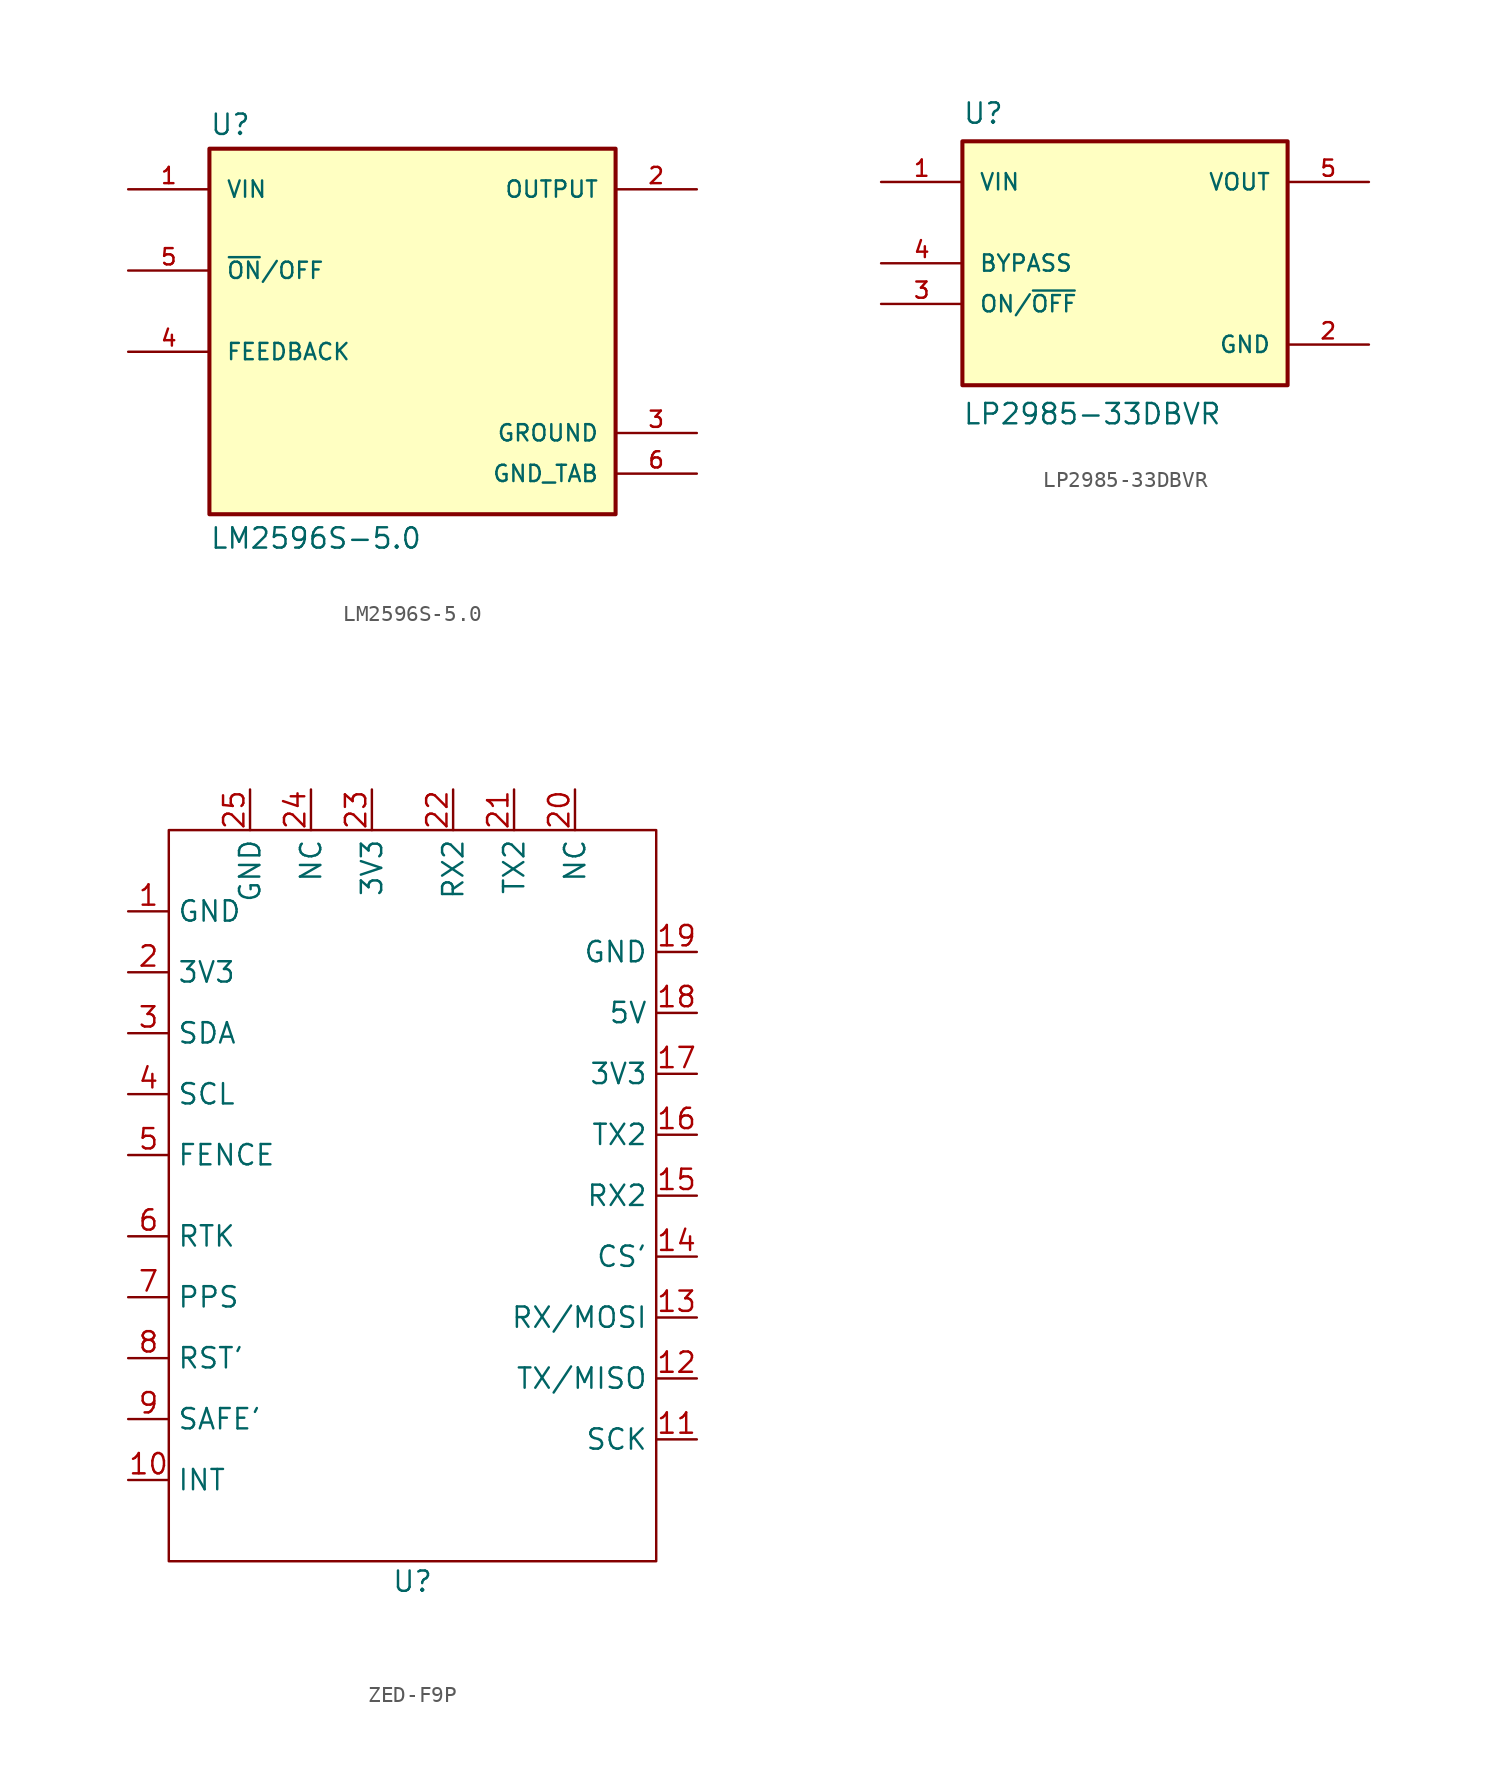
<source format=kicad_sym>
(kicad_symbol_lib
  (version 20241209)
  (generator "kicad_symbol_editor")
  (generator_version "9.0")
  (symbol "LM2596S-5.0"
    (pin_names
      (offset 1.016))
    (property "Reference" "U"
      (at -12.7 10.922 0)
      (effects (font (size 1.27 1.27)) (justify left bottom)))
    (property "Value" "LM2596S-5.0"
      (at -12.7 -13.462 0)
      (effects (font (size 1.27 1.27)) (justify left top)))
    (symbol "LM2596S-5.0_0_0"
      (rectangle (start -12.7 10.16) (end 12.7 -12.7) (stroke (width 0.254) (type default)) (fill (type background)))
      (pin input line (at -17.78 7.62 0) (length 5.08) (name "VIN" (effects (font (size 1.016 1.016)))) (number "1" (effects (font (size 1.016 1.016)))))
      (pin input line (at -17.78 2.54 0) (length 5.08) (name "~{ON}/OFF" (effects (font (size 1.016 1.016)))) (number "5" (effects (font (size 1.016 1.016)))))
      (pin input line (at -17.78 -2.54 0) (length 5.08) (name "FEEDBACK" (effects (font (size 1.016 1.016)))) (number "4" (effects (font (size 1.016 1.016)))))
      (pin output line (at 17.78 7.62 180) (length 5.08) (name "OUTPUT" (effects (font (size 1.016 1.016)))) (number "2" (effects (font (size 1.016 1.016)))))
      (pin power_in line (at 17.78 -7.62 180) (length 5.08) (name "GROUND" (effects (font (size 1.016 1.016)))) (number "3" (effects (font (size 1.016 1.016)))))
      (pin power_in line (at 17.78 -10.16 180) (length 5.08) (name "GND_TAB" (effects (font (size 1.016 1.016)))) (number "6" (effects (font (size 1.016 1.016)))))))
  (symbol "LP2985-33DBVR"
    (pin_names
      (offset 1.016))
    (property "Reference" "U"
      (at -10.16 8.62 0)
      (effects (font (size 1.27 1.27)) (justify left bottom)))
    (property "Value" "LP2985-33DBVR"
      (at -10.16 -10.16 0)
      (effects (font (size 1.27 1.27)) (justify left bottom)))
    (symbol "LP2985-33DBVR_0_0"
      (rectangle (start -10.16 7.62) (end 10.16 -7.62) (stroke (width 0.254) (type default)) (fill (type background)))
      (pin input line (at -15.24 5.08 0) (length 5.08) (name "VIN" (effects (font (size 1.016 1.016)))) (number "1" (effects (font (size 1.016 1.016)))))
      (pin bidirectional line (at -15.24 0 0) (length 5.08) (name "BYPASS" (effects (font (size 1.016 1.016)))) (number "4" (effects (font (size 1.016 1.016)))))
      (pin input line (at -15.24 -2.54 0) (length 5.08) (name "ON/~{OFF}" (effects (font (size 1.016 1.016)))) (number "3" (effects (font (size 1.016 1.016)))))
      (pin unspecified line (at 15.24 5.08 180) (length 5.08) (name "VOUT" (effects (font (size 1.016 1.016)))) (number "5" (effects (font (size 1.016 1.016)))))
      (pin power_in line (at 15.24 -5.08 180) (length 5.08) (name "GND" (effects (font (size 1.016 1.016)))) (number "2" (effects (font (size 1.016 1.016)))))))
  (symbol "ZED-F9P"
    (property "Reference" "U"
      (at 0 -24.13 0)
      (effects (font (size 1.27 1.27))))
    (property "Value" ""
      (at 0 0 0)
      (effects (font (size 1.27 1.27))))
    (symbol "ZED-F9P_0_1"
      (rectangle (start -15.24 22.86) (end 15.24 -22.86) (stroke (width 0) (type default)) (fill (type none))))
    (symbol "ZED-F9P_1_1"
      (pin input line (at -17.78 17.78 0) (length 2.54) (name "GND" (effects (font (size 1.27 1.27)))) (number "1" (effects (font (size 1.27 1.27)))))
      (pin input line (at -17.78 13.97 0) (length 2.54) (name "3V3" (effects (font (size 1.27 1.27)))) (number "2" (effects (font (size 1.27 1.27)))))
      (pin input line (at -17.78 10.16 0) (length 2.54) (name "SDA" (effects (font (size 1.27 1.27)))) (number "3" (effects (font (size 1.27 1.27)))))
      (pin input line (at -17.78 6.35 0) (length 2.54) (name "SCL" (effects (font (size 1.27 1.27)))) (number "4" (effects (font (size 1.27 1.27)))))
      (pin input line (at -17.78 2.54 0) (length 2.54) (name "FENCE" (effects (font (size 1.27 1.27)))) (number "5" (effects (font (size 1.27 1.27)))))
      (pin input line (at -17.78 -2.54 0) (length 2.54) (name "RTK" (effects (font (size 1.27 1.27)))) (number "6" (effects (font (size 1.27 1.27)))))
      (pin input line (at -17.78 -6.35 0) (length 2.54) (name "PPS" (effects (font (size 1.27 1.27)))) (number "7" (effects (font (size 1.27 1.27)))))
      (pin input line (at -17.78 -10.16 0) (length 2.54) (name "RST'" (effects (font (size 1.27 1.27)))) (number "8" (effects (font (size 1.27 1.27)))))
      (pin input line (at -17.78 -13.97 0) (length 2.54) (name "SAFE'" (effects (font (size 1.27 1.27)))) (number "9" (effects (font (size 1.27 1.27)))))
      (pin input line (at -17.78 -17.78 0) (length 2.54) (name "INT" (effects (font (size 1.27 1.27)))) (number "10" (effects (font (size 1.27 1.27)))))
      (pin input line (at -10.16 25.4 270) (length 2.54) (name "GND" (effects (font (size 1.27 1.27)))) (number "25" (effects (font (size 1.27 1.27)))))
      (pin input line (at -6.35 25.4 270) (length 2.54) (name "NC" (effects (font (size 1.27 1.27)))) (number "24" (effects (font (size 1.27 1.27)))))
      (pin input line (at -2.54 25.4 270) (length 2.54) (name "3V3" (effects (font (size 1.27 1.27)))) (number "23" (effects (font (size 1.27 1.27)))))
      (pin input line (at 2.54 25.4 270) (length 2.54) (name "RX2" (effects (font (size 1.27 1.27)))) (number "22" (effects (font (size 1.27 1.27)))))
      (pin input line (at 6.35 25.4 270) (length 2.54) (name "TX2" (effects (font (size 1.27 1.27)))) (number "21" (effects (font (size 1.27 1.27)))))
      (pin input line (at 10.16 25.4 270) (length 2.54) (name "NC" (effects (font (size 1.27 1.27)))) (number "20" (effects (font (size 1.27 1.27)))))
      (pin input line (at 17.78 15.24 180) (length 2.54) (name "GND" (effects (font (size 1.27 1.27)))) (number "19" (effects (font (size 1.27 1.27)))))
      (pin input line (at 17.78 11.43 180) (length 2.54) (name "5V" (effects (font (size 1.27 1.27)))) (number "18" (effects (font (size 1.27 1.27)))))
      (pin input line (at 17.78 7.62 180) (length 2.54) (name "3V3" (effects (font (size 1.27 1.27)))) (number "17" (effects (font (size 1.27 1.27)))))
      (pin input line (at 17.78 3.81 180) (length 2.54) (name "TX2" (effects (font (size 1.27 1.27)))) (number "16" (effects (font (size 1.27 1.27)))))
      (pin input line (at 17.78 0 180) (length 2.54) (name "RX2" (effects (font (size 1.27 1.27)))) (number "15" (effects (font (size 1.27 1.27)))))
      (pin input line (at 17.78 -3.81 180) (length 2.54) (name "CS'" (effects (font (size 1.27 1.27)))) (number "14" (effects (font (size 1.27 1.27)))))
      (pin input line (at 17.78 -7.62 180) (length 2.54) (name "RX/MOSI" (effects (font (size 1.27 1.27)))) (number "13" (effects (font (size 1.27 1.27)))))
      (pin input line (at 17.78 -11.43 180) (length 2.54) (name "TX/MISO" (effects (font (size 1.27 1.27)))) (number "12" (effects (font (size 1.27 1.27)))))
      (pin input line (at 17.78 -15.24 180) (length 2.54) (name "SCK" (effects (font (size 1.27 1.27)))) (number "11" (effects (font (size 1.27 1.27))))))))
</source>
